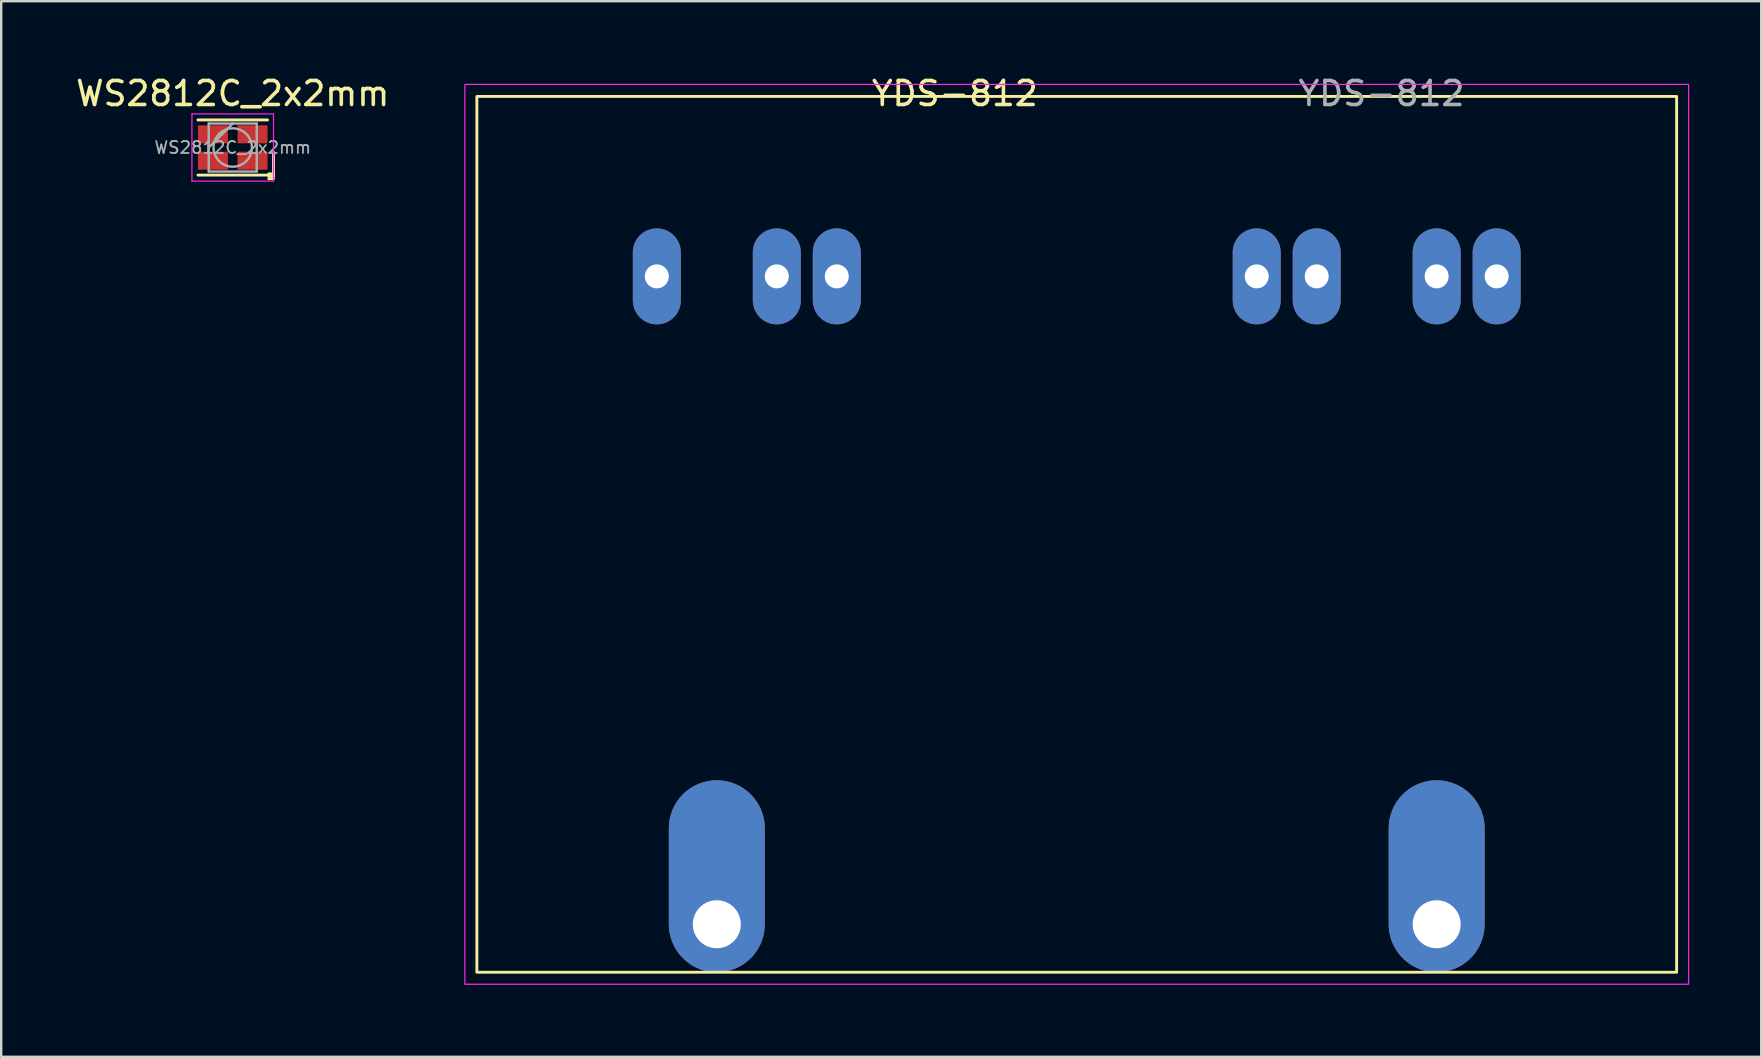
<source format=kicad_pcb>
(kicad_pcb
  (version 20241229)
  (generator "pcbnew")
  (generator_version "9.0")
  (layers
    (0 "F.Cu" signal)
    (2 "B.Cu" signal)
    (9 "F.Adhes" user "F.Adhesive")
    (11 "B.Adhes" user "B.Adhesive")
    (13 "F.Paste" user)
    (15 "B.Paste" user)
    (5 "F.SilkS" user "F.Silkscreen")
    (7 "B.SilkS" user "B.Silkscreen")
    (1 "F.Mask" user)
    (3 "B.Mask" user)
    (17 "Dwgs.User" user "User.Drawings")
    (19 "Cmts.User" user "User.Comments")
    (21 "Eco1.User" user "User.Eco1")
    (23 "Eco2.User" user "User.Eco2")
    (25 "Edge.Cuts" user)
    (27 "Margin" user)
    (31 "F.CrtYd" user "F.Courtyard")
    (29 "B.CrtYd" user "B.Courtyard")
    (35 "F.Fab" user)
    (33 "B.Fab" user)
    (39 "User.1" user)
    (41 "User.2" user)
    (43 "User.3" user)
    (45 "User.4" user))
  (footprint "YDS-812"
    (layer "F.Cu")
    (at 41.823 8.468)
    (property "Reference" "YDS-812" (at -5.08 -7.62 0) (unlocked yes) (layer "F.SilkS") (effects (font (size 1 1) (thickness 0.15))))
    (attr through_hole)
    (fp_rect (start -25 -7.5) (end 25 29) (stroke (width 0.12) (type default)) (fill no) (layer "F.SilkS"))
    (fp_rect (start -25.5 -8) (end 25.5 29.5) (stroke (width 0.05) (type default)) (fill no) (layer "F.CrtYd"))
    (fp_text user "${REFERENCE}" (at 12.7 -7.62 0) (unlocked yes) (layer "F.Fab") (effects (font (size 1 1) (thickness 0.15))))
    (pad "1" thru_hole oval (at 17.5 0) (size 2 4) (drill 1) (layers "*.Cu" "*.Mask"))
    (pad "2" thru_hole oval (at 15 0) (size 2 4) (drill 1) (layers "*.Cu" "*.Mask"))
    (pad "3" thru_hole oval (at 10 0) (size 2 4) (drill 1) (layers "*.Cu" "*.Mask"))
    (pad "4" thru_hole oval (at 7.5 0) (size 2 4) (drill 1) (layers "*.Cu" "*.Mask"))
    (pad "5" thru_hole oval (at -10 0) (size 2 4) (drill 1) (layers "*.Cu" "*.Mask"))
    (pad "6" thru_hole oval (at -12.5 0) (size 2 4) (drill 1) (layers "*.Cu" "*.Mask"))
    (pad "7" thru_hole oval (at -17.5 0) (size 2 4) (drill 1) (layers "*.Cu" "*.Mask"))
    (pad "P1" thru_hole oval (at 15 27) (size 4 8) (drill 2 (offset 0 -2)) (layers "*.Cu" "*.Mask"))
    (pad "P2" thru_hole oval (at -15 27) (size 4 8) (drill 2 (offset 0 -2)) (layers "*.Cu" "*.Mask")))
  (footprint "WS2812C_2x2mm"
    (layer "F.Cu")
    (at 6.649 3.098)
    (property "Reference" "WS2812C_2x2mm" (at 0 -2.25 0) (layer "F.SilkS") (effects (font (size 1 1) (thickness 0.15))))
    (attr smd)
    (fp_line (start -1.45 -1.15) (end 1.45 -1.15) (stroke (width 0.12) (type solid)) (layer "F.SilkS"))
    (fp_line (start -1.45 1.15) (end 1.45 1.15) (stroke (width 0.12) (type solid)) (layer "F.SilkS"))
    (fp_line (start 1.5 1.1) (end 1.7 1.1) (stroke (width 0.12) (type solid)) (layer "F.SilkS"))
    (fp_line (start 1.5 1.2) (end 1.7 1.2) (stroke (width 0.12) (type solid)) (layer "F.SilkS"))
    (fp_line (start 1.5 1.3) (end 1.7 1.3) (stroke (width 0.12) (type solid)) (layer "F.SilkS"))
    (fp_line (start 1.7 1.2) (end 1.7 0.2) (stroke (width 0.12) (type solid)) (layer "F.SilkS"))
    (fp_line (start -1.7 -1.4) (end -1.7 1.4) (stroke (width 0.05) (type solid)) (layer "F.CrtYd"))
    (fp_line (start -1.7 1.4) (end 1.7 1.4) (stroke (width 0.05) (type solid)) (layer "F.CrtYd"))
    (fp_line (start 1.7 -1.4) (end -1.7 -1.4) (stroke (width 0.05) (type solid)) (layer "F.CrtYd"))
    (fp_line (start 1.7 1.4) (end 1.7 -1.4) (stroke (width 0.05) (type solid)) (layer "F.CrtYd"))
    (fp_line (start -1 -1) (end -1 1) (stroke (width 0.1) (type solid)) (layer "F.Fab"))
    (fp_line (start -1 1) (end 1 1) (stroke (width 0.1) (type solid)) (layer "F.Fab"))
    (fp_line (start 0 -1) (end -1 0) (stroke (width 0.1) (type solid)) (layer "F.Fab"))
    (fp_line (start 1 -1) (end -1 -1) (stroke (width 0.1) (type solid)) (layer "F.Fab"))
    (fp_line (start 1 1) (end 1 -1) (stroke (width 0.1) (type solid)) (layer "F.Fab"))
    (fp_circle (center 0 0) (end 0.8 0) (stroke (width 0.1) (type solid)) (fill no) (layer "F.Fab"))
    (fp_text user "${REFERENCE}" (at 0 0 0) (layer "F.Fab") (effects (font (size 0.5 0.5) (thickness 0.075))))
    (pad "1" smd rect (at 0.825 0.55) (size 1.25 0.75) (layers "F.Cu" "F.Mask" "F.Paste"))
    (pad "2" smd rect (at 0.825 -0.55) (size 1.25 0.75) (layers "F.Cu" "F.Mask" "F.Paste"))
    (pad "3" smd rect (at -0.825 -0.55) (size 1.25 0.75) (layers "F.Cu" "F.Mask" "F.Paste"))
    (pad "4" smd rect (at -0.825 0.55) (size 1.25 0.75) (layers "F.Cu" "F.Mask" "F.Paste")))
  (gr_rect
    (start -3 -3)
    (end 70.348 40.993)
    (stroke (width 0.1) (type default))
    (fill no)
    (layer "Edge.Cuts")))
</source>
